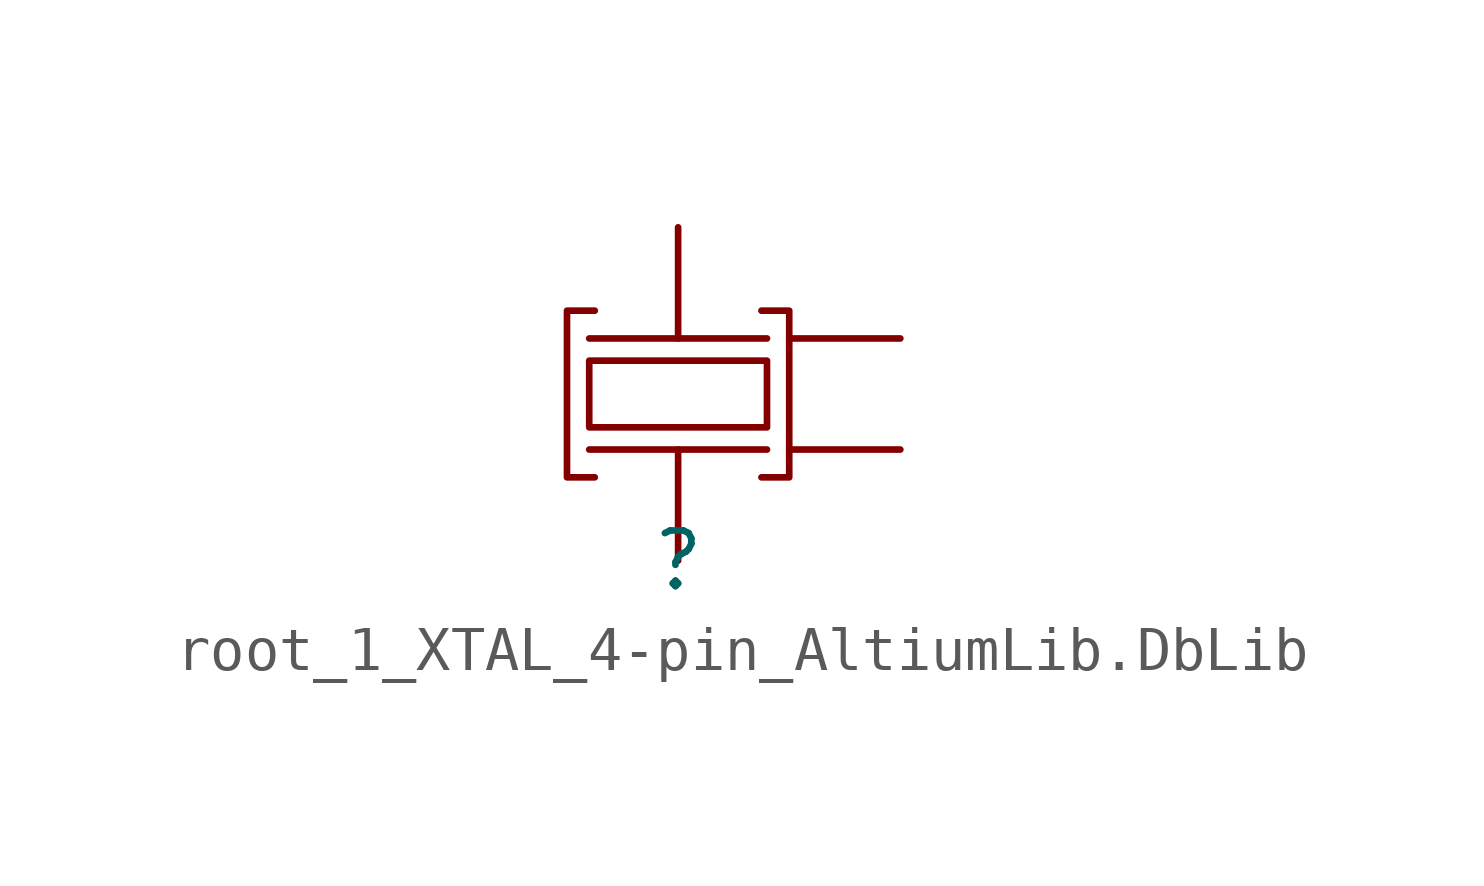
<source format=kicad_sym>
(kicad_symbol_lib
  (version 20241209)
  (generator "kicad_symbol_editor")
  (generator_version "9.0")
  (symbol "root_1_XTAL_4-pin_AltiumLib.DbLib"
    (pin_numbers
      (hide yes))
    (pin_names
      (hide yes))
    (property "Reference" ""
      (at 0 0 0)
      (effects (font (size 1.27 1.27))))
    (property "Value" ""
      (at 0 0 0)
      (effects (font (size 1.27 1.27))))
    (symbol "root_1_XTAL_4-pin_AltiumLib.DbLib_1_0"
      (polyline (pts (xy -2.032 5.08) (xy 2.032 5.08)) (stroke (width 0) (type solid)) (fill (type none)))
      (polyline (pts (xy -2.032 2.54) (xy 2.032 2.54)) (stroke (width 0) (type solid)) (fill (type none)))
      (polyline (pts (xy -1.905 1.905) (xy -2.54 1.905) (xy -2.54 5.715) (xy -1.905 5.715)) (stroke (width 0) (type solid)) (fill (type none)))
      (polyline (pts (xy 1.905 1.905) (xy 2.54 1.905) (xy 2.54 5.715) (xy 1.905 5.715)) (stroke (width 0) (type solid)) (fill (type none)))
      (polyline (pts (xy 2.032 4.572) (xy -2.032 4.572) (xy -2.032 3.048) (xy 2.032 3.048) (xy 2.032 4.572)) (stroke (width 0) (type solid)) (fill (type none)))
      (pin passive line (at 0 7.62 270) (length 2.54) (name "OUT" (effects (font (size 1.27 1.27)))) (number "3" (effects (font (size 1.27 1.27)))))
      (pin passive line (at 0 0 90) (length 2.54) (name "IN" (effects (font (size 1.27 1.27)))) (number "1" (effects (font (size 1.27 1.27)))))
      (pin passive line (at 5.08 5.08 180) (length 2.54) (name "GND" (effects (font (size 1.27 1.27)))) (number "2" (effects (font (size 1.27 1.27)))))
      (pin passive line (at 5.08 2.54 180) (length 2.54) (name "GND" (effects (font (size 1.27 1.27)))) (number "4" (effects (font (size 1.27 1.27))))))))
</source>
